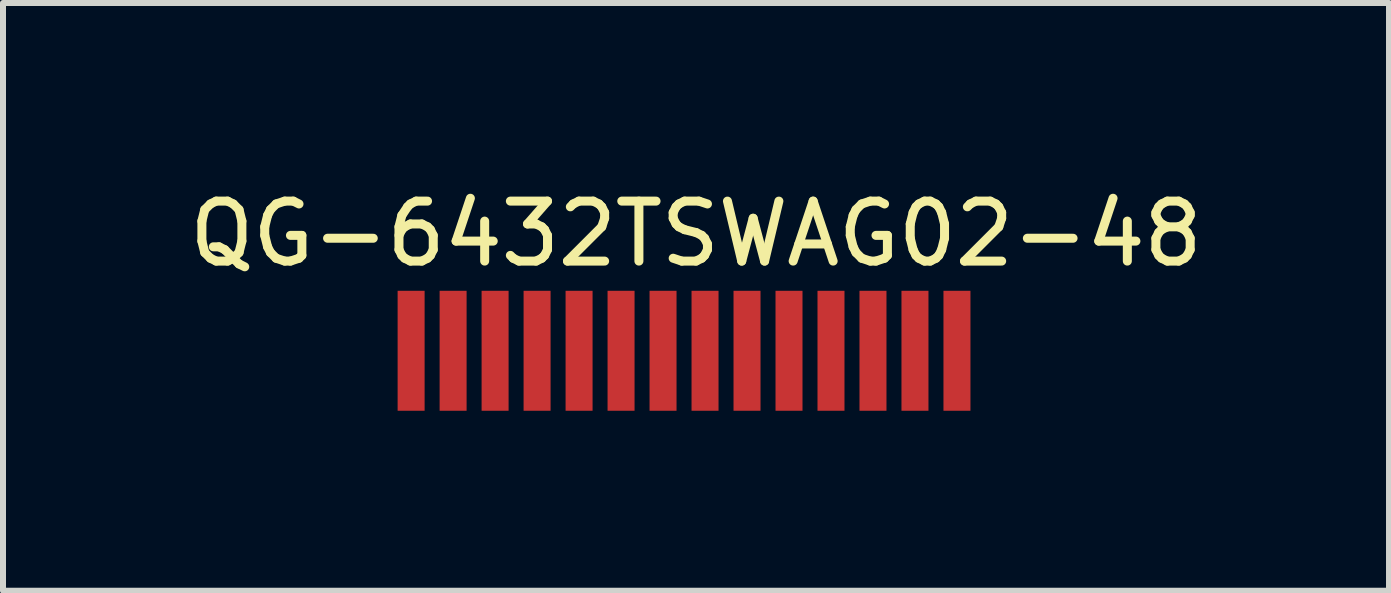
<source format=kicad_pcb>
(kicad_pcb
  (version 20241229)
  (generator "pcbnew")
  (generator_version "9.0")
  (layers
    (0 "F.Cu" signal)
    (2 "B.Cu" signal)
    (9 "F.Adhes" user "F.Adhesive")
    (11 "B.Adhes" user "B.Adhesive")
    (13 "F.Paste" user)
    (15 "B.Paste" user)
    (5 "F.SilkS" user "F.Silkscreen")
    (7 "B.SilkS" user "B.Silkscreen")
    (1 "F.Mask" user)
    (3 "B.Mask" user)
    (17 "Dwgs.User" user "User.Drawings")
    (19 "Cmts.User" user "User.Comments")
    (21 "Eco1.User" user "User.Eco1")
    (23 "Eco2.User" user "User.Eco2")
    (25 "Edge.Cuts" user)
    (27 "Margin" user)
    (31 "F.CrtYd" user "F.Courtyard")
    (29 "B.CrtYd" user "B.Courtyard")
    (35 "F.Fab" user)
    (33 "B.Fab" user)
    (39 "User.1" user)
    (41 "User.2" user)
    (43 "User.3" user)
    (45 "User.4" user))
  (footprint "QG-6432TSWAG02-48"
    (layer "F.Cu")
    (at 8.354 2.798)
    (property "Reference" "QG-6432TSWAG02-48" (at 0.2 -1.95 0) (layer "F.SilkS") (effects (font (size 1 1) (thickness 0.15))))
    (attr through_hole)
    (pad "1" smd rect (at -4.55 0) (size 0.45 2) (layers "F.Cu" "F.Mask" "F.Paste"))
    (pad "2" smd rect (at -3.85 0) (size 0.45 2) (layers "F.Cu" "F.Mask" "F.Paste"))
    (pad "3" smd rect (at -3.15 0) (size 0.45 2) (layers "F.Cu" "F.Mask" "F.Paste"))
    (pad "4" smd rect (at -2.45 0) (size 0.45 2) (layers "F.Cu" "F.Mask" "F.Paste"))
    (pad "5" smd rect (at -1.75 0) (size 0.45 2) (layers "F.Cu" "F.Mask" "F.Paste"))
    (pad "6" smd rect (at -1.05 0) (size 0.45 2) (layers "F.Cu" "F.Mask" "F.Paste"))
    (pad "7" smd rect (at -0.35 0) (size 0.45 2) (layers "F.Cu" "F.Mask" "F.Paste"))
    (pad "8" smd rect (at 0.35 0) (size 0.45 2) (layers "F.Cu" "F.Mask" "F.Paste"))
    (pad "9" smd rect (at 1.05 0) (size 0.45 2) (layers "F.Cu" "F.Mask" "F.Paste"))
    (pad "10" smd rect (at 1.75 0) (size 0.45 2) (layers "F.Cu" "F.Mask" "F.Paste"))
    (pad "11" smd rect (at 2.45 0) (size 0.45 2) (layers "F.Cu" "F.Mask" "F.Paste"))
    (pad "12" smd rect (at 3.15 0) (size 0.45 2) (layers "F.Cu" "F.Mask" "F.Paste"))
    (pad "13" smd rect (at 3.85 0) (size 0.45 2) (layers "F.Cu" "F.Mask" "F.Paste"))
    (pad "14" smd rect (at 4.55 0) (size 0.45 2) (layers "F.Cu" "F.Mask" "F.Paste")))
  (gr_rect
    (start -3 -3)
    (end 20.107 6.798)
    (stroke (width 0.1) (type default))
    (fill no)
    (layer "Edge.Cuts")))
</source>
